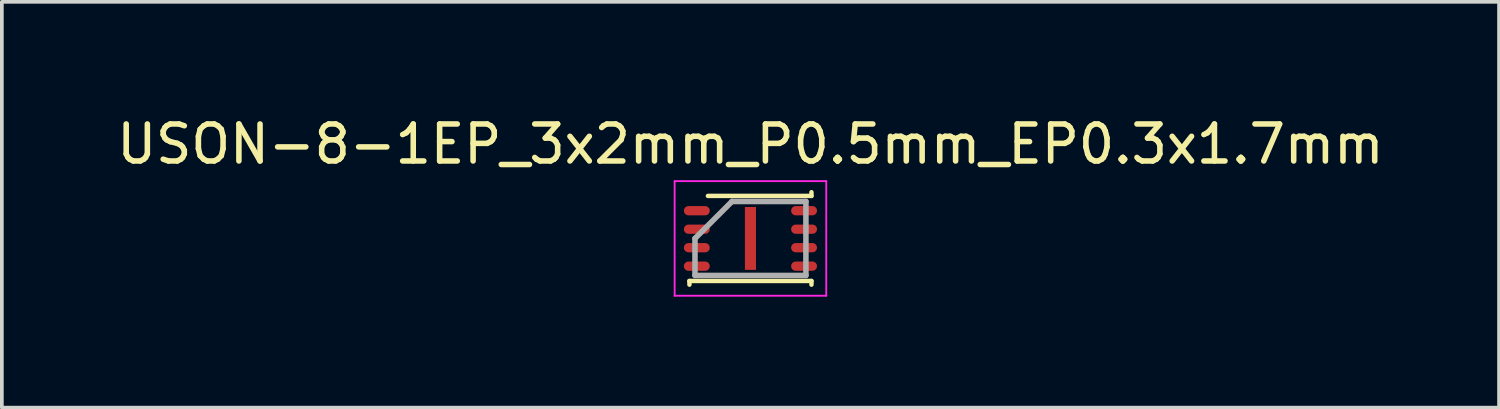
<source format=kicad_pcb>
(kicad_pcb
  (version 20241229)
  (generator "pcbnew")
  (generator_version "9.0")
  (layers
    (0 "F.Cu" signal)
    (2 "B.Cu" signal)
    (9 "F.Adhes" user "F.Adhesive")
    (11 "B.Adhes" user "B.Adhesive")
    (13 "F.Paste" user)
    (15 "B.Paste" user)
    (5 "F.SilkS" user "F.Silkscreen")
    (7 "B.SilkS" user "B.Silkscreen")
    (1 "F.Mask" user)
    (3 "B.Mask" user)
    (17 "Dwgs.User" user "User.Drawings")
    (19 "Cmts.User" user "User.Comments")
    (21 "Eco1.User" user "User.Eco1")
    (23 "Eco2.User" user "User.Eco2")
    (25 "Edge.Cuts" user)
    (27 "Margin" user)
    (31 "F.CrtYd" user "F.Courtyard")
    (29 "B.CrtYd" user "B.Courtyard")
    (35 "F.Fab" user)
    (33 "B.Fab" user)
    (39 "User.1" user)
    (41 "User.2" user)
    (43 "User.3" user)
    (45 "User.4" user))
  (footprint "USON-8-1EP_3x2mm_P0.5mm_EP0.3x1.7mm"
    (layer "F.Cu")
    (at 17.244 3.398)
    (property "Reference" "USON-8-1EP_3x2mm_P0.5mm_EP0.3x1.7mm" (at 0 -2.55 0) (unlocked yes) (layer "F.SilkS") (effects (font (size 1 1) (thickness 0.15))))
    (attr smd)
    (fp_line (start -1.65 1.15) (end 1.65 1.15) (stroke (width 0.12) (type default)) (layer "F.SilkS"))
    (fp_line (start -1.65 1.25) (end -1.65 1.15) (stroke (width 0.12) (type default)) (layer "F.SilkS"))
    (fp_line (start -1.15 -1.15) (end 1.65 -1.15) (stroke (width 0.12) (type default)) (layer "F.SilkS"))
    (fp_line (start 1.65 -1.15) (end 1.65 -1.25) (stroke (width 0.12) (type default)) (layer "F.SilkS"))
    (fp_line (start 1.65 1.15) (end 1.65 1.25) (stroke (width 0.12) (type default)) (layer "F.SilkS"))
    (fp_line (start -2.05 -1.55) (end 2.05 -1.55) (stroke (width 0.05) (type default)) (layer "F.CrtYd"))
    (fp_line (start -2.05 1.55) (end -2.05 -1.55) (stroke (width 0.05) (type default)) (layer "F.CrtYd"))
    (fp_line (start 2.05 -1.55) (end 2.05 1.55) (stroke (width 0.05) (type default)) (layer "F.CrtYd"))
    (fp_line (start 2.05 1.55) (end -2.05 1.55) (stroke (width 0.05) (type default)) (layer "F.CrtYd"))
    (fp_line (start -1.5 0) (end -1.5 1) (stroke (width 0.15) (type default)) (layer "F.Fab"))
    (fp_line (start -1.5 1) (end 1.5 1) (stroke (width 0.15) (type default)) (layer "F.Fab"))
    (fp_line (start -0.5 -1) (end -1.5 0) (stroke (width 0.15) (type default)) (layer "F.Fab"))
    (fp_line (start 1.5 -1) (end -0.5 -1) (stroke (width 0.15) (type default)) (layer "F.Fab"))
    (fp_line (start 1.5 1) (end 1.5 -1) (stroke (width 0.15) (type default)) (layer "F.Fab"))
    (pad "" smd rect (at 0 -0.425) (size 0.25 0.8) (layers "F.Paste"))
    (pad "" smd rect (at 0 0.425) (size 0.25 0.8) (layers "F.Paste"))
    (pad "1" smd oval (at -1.45 -0.75 90) (size 0.25 0.7) (layers "F.Cu" "F.Mask" "F.Paste"))
    (pad "2" smd oval (at -1.45 -0.25 90) (size 0.25 0.7) (layers "F.Cu" "F.Mask" "F.Paste"))
    (pad "3" smd oval (at -1.45 0.25 90) (size 0.25 0.7) (layers "F.Cu" "F.Mask" "F.Paste"))
    (pad "4" smd oval (at -1.45 0.75 90) (size 0.25 0.7) (layers "F.Cu" "F.Mask" "F.Paste"))
    (pad "5" smd oval (at 1.45 0.75 90) (size 0.25 0.7) (layers "F.Cu" "F.Mask" "F.Paste"))
    (pad "6" smd oval (at 1.45 0.25 90) (size 0.25 0.7) (layers "F.Cu" "F.Mask" "F.Paste"))
    (pad "7" smd oval (at 1.45 -0.25 90) (size 0.25 0.7) (layers "F.Cu" "F.Mask" "F.Paste"))
    (pad "8" smd oval (at 1.45 -0.75 90) (size 0.25 0.7) (layers "F.Cu" "F.Mask" "F.Paste"))
    (pad "9" smd rect (at 0 0) (size 0.3 1.7) (layers "F.Cu" "F.Mask")))
  (gr_rect
    (start -3 -3)
    (end 37.488 7.973)
    (stroke (width 0.1) (type default))
    (fill no)
    (layer "Edge.Cuts")))
</source>
